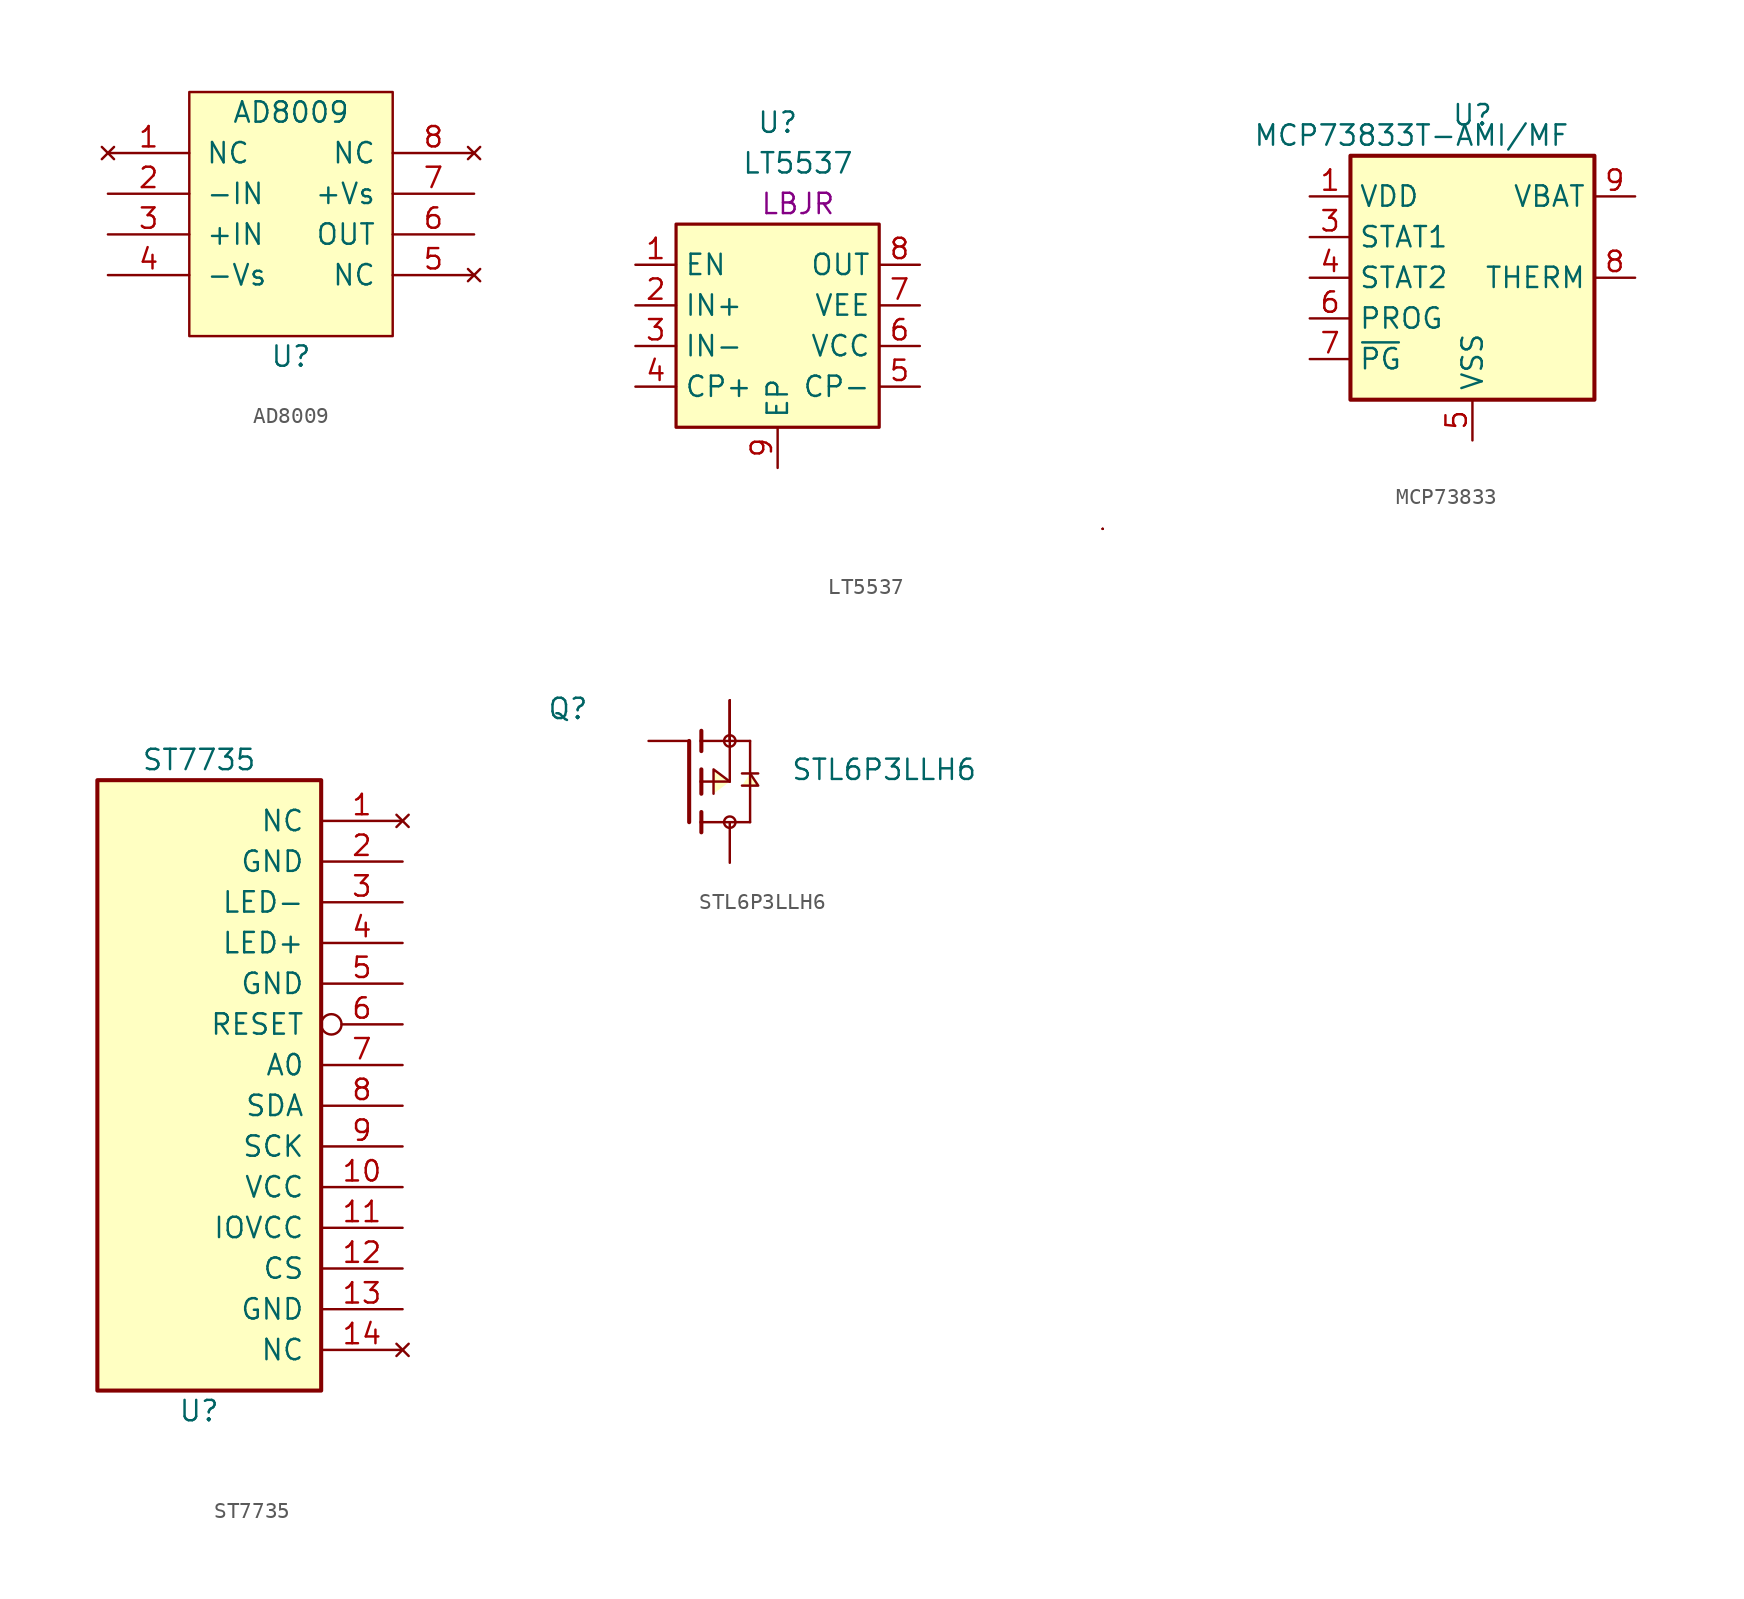
<source format=kicad_sym>
(kicad_symbol_lib
  (version 20220914)
  (generator kicad_symbol_editor)
  (symbol "AD8009"
    (pin_names
      (offset 1.016))
    (property "Reference" "U"
      (at 0 -8.89 0)
      (effects (font (size 1.27 1.27))))
    (property "Value" "AD8009"
      (at 0 6.35 0)
      (effects (font (size 1.27 1.27))))
    (symbol "AD8009_0_1"
      (rectangle (start -6.35 7.62) (end 6.35 -7.62) (stroke (width 0) (type default)) (fill (type background))))
    (symbol "AD8009_1_1"
      (pin no_connect line (at -11.43 3.81 0) (length 5.08) (name "NC" (effects (font (size 1.27 1.27)))) (number "1" (effects (font (size 1.27 1.27)))))
      (pin input line (at -11.43 1.27 0) (length 5.08) (name "-IN" (effects (font (size 1.27 1.27)))) (number "2" (effects (font (size 1.27 1.27)))))
      (pin input line (at -11.43 -1.27 0) (length 5.08) (name "+IN" (effects (font (size 1.27 1.27)))) (number "3" (effects (font (size 1.27 1.27)))))
      (pin passive line (at -11.43 -3.81 0) (length 5.08) (name "-Vs" (effects (font (size 1.27 1.27)))) (number "4" (effects (font (size 1.27 1.27)))))
      (pin no_connect line (at 11.43 -3.81 180) (length 5.08) (name "NC" (effects (font (size 1.27 1.27)))) (number "5" (effects (font (size 1.27 1.27)))))
      (pin output line (at 11.43 -1.27 180) (length 5.08) (name "OUT" (effects (font (size 1.27 1.27)))) (number "6" (effects (font (size 1.27 1.27)))))
      (pin passive line (at 11.43 1.27 180) (length 5.08) (name "+Vs" (effects (font (size 1.27 1.27)))) (number "7" (effects (font (size 1.27 1.27)))))
      (pin no_connect line (at 11.43 3.81 180) (length 5.08) (name "NC" (effects (font (size 1.27 1.27)))) (number "8" (effects (font (size 1.27 1.27)))))))
  (symbol "LT5537"
    (property "Reference" "U"
      (at 0 12.7 0)
      (effects (font (size 1.27 1.27))))
    (property "Value" "LT5537"
      (at 1.27 10.16 0)
      (effects (font (size 1.27 1.27))))
    (property "Marking" "LBJR"
      (at 1.27 7.62 0)
      (effects (font (size 1.27 1.27))))
    (symbol "LT5537_0_1"
      (rectangle (start -6.35 6.35) (end 6.35 -6.35) (stroke (width 0.2) (type default)) (fill (type background)))
      (rectangle (start 20.32 -12.7) (end 20.32 -12.7) (stroke (width 0) (type default)) (fill (type none)))
      (rectangle (start 20.32 -12.7) (end 20.32 -12.7) (stroke (width 0) (type default)) (fill (type none)))
      (rectangle (start 20.32 -12.7) (end 20.32 -12.7) (stroke (width 0) (type default)) (fill (type none))))
    (symbol "LT5537_1_1"
      (pin input line (at -8.89 3.81 0) (length 2.54) (name "EN" (effects (font (size 1.27 1.27)))) (number "1" (effects (font (size 1.27 1.27)))))
      (pin input line (at -8.89 1.27 0) (length 2.54) (name "IN+" (effects (font (size 1.27 1.27)))) (number "2" (effects (font (size 1.27 1.27)))))
      (pin input line (at -8.89 -1.27 0) (length 2.54) (name "IN-" (effects (font (size 1.27 1.27)))) (number "3" (effects (font (size 1.27 1.27)))))
      (pin passive line (at -8.89 -3.81 0) (length 2.54) (name "CP+" (effects (font (size 1.27 1.27)))) (number "4" (effects (font (size 1.27 1.27)))))
      (pin passive line (at 8.89 -3.81 180) (length 2.54) (name "CP-" (effects (font (size 1.27 1.27)))) (number "5" (effects (font (size 1.27 1.27)))))
      (pin power_in line (at 8.89 -1.27 180) (length 2.54) (name "VCC" (effects (font (size 1.27 1.27)))) (number "6" (effects (font (size 1.27 1.27)))))
      (pin power_out line (at 8.89 1.27 180) (length 2.54) (name "VEE" (effects (font (size 1.27 1.27)))) (number "7" (effects (font (size 1.27 1.27)))))
      (pin output line (at 8.89 3.81 180) (length 2.54) (name "OUT" (effects (font (size 1.27 1.27)))) (number "8" (effects (font (size 1.27 1.27)))))
      (pin passive line (at 0 -8.89 90) (length 2.54) (name "EP" (effects (font (size 1.27 1.27)))) (number "9" (effects (font (size 1.27 1.27)))))))
  (symbol "MCP73833"
    (property "Reference" "U"
      (at 0 10.16 0)
      (effects (font (size 1.27 1.27))))
    (property "Value" "MCP73833T-AMI/MF"
      (at -3.81 8.89 0)
      (effects (font (size 1.27 1.27))))
    (symbol "MCP73833_1_1"
      (rectangle (start -7.62 7.62) (end 7.62 -7.62) (stroke (width 0.254) (type default)) (fill (type background)))
      (pin power_in line (at -10.16 5.08 0) (length 2.54) (name "VDD" (effects (font (size 1.27 1.27)))) (number "1" (effects (font (size 1.27 1.27)))))
      (pin passive line (at 10.16 5.08 180) (length 2.54) hide (name "VBAT" (effects (font (size 1.27 1.27)))) (number "10" (effects (font (size 1.27 1.27)))))
      (pin passive line (at 0 -10.16 90) (length 2.54) hide (name "EP" (effects (font (size 1.27 1.27)))) (number "11" (effects (font (size 1.27 1.27)))))
      (pin passive line (at -10.16 5.08 0) (length 2.54) hide (name "VDD" (effects (font (size 1.27 1.27)))) (number "2" (effects (font (size 1.27 1.27)))))
      (pin open_collector line (at -10.16 2.54 0) (length 2.54) (name "STAT1" (effects (font (size 1.27 1.27)))) (number "3" (effects (font (size 1.27 1.27)))))
      (pin open_collector line (at -10.16 0 0) (length 2.54) (name "STAT2" (effects (font (size 1.27 1.27)))) (number "4" (effects (font (size 1.27 1.27)))))
      (pin power_out line (at 0 -10.16 90) (length 2.54) (name "VSS" (effects (font (size 1.27 1.27)))) (number "5" (effects (font (size 1.27 1.27)))))
      (pin input line (at -10.16 -2.54 0) (length 2.54) (name "PROG" (effects (font (size 1.27 1.27)))) (number "6" (effects (font (size 1.27 1.27)))))
      (pin open_collector line (at -10.16 -5.08 0) (length 2.54) (name "~{PG}" (effects (font (size 1.27 1.27)))) (number "7" (effects (font (size 1.27 1.27)))))
      (pin input line (at 10.16 0 180) (length 2.54) (name "THERM" (effects (font (size 1.27 1.27)))) (number "8" (effects (font (size 1.27 1.27)))))
      (pin power_out line (at 10.16 5.08 180) (length 2.54) (name "VBAT" (effects (font (size 1.27 1.27)))) (number "9" (effects (font (size 1.27 1.27)))))))
  (symbol "ST7735"
    (pin_names
      (offset 1.016))
    (property "Reference" "U"
      (at 0 -20.32 0)
      (effects (font (size 1.27 1.27))))
    (property "Value" "ST7735"
      (at 0 20.32 0)
      (effects (font (size 1.27 1.27))))
    (symbol "ST7735_0_1"
      (rectangle (start -6.35 19.05) (end 7.62 -19.05) (stroke (width 0.254) (type default)) (fill (type background))))
    (symbol "ST7735_1_1"
      (pin no_connect line (at 12.7 16.51 180) (length 5.08) (name "NC" (effects (font (size 1.27 1.27)))) (number "1" (effects (font (size 1.27 1.27)))))
      (pin passive line (at 12.7 -6.35 180) (length 5.08) (name "VCC" (effects (font (size 1.27 1.27)))) (number "10" (effects (font (size 1.27 1.27)))))
      (pin passive line (at 12.7 -8.89 180) (length 5.08) (name "IOVCC" (effects (font (size 1.27 1.27)))) (number "11" (effects (font (size 1.27 1.27)))))
      (pin passive line (at 12.7 -11.43 180) (length 5.08) (name "CS" (effects (font (size 1.27 1.27)))) (number "12" (effects (font (size 1.27 1.27)))))
      (pin passive line (at 12.7 -13.97 180) (length 5.08) (name "GND" (effects (font (size 1.27 1.27)))) (number "13" (effects (font (size 1.27 1.27)))))
      (pin no_connect line (at 12.7 -16.51 180) (length 5.08) (name "NC" (effects (font (size 1.27 1.27)))) (number "14" (effects (font (size 1.27 1.27)))))
      (pin passive line (at 12.7 13.97 180) (length 5.08) (name "GND" (effects (font (size 1.27 1.27)))) (number "2" (effects (font (size 1.27 1.27)))))
      (pin passive line (at 12.7 11.43 180) (length 5.08) (name "LED-" (effects (font (size 1.27 1.27)))) (number "3" (effects (font (size 1.27 1.27)))))
      (pin passive line (at 12.7 8.89 180) (length 5.08) (name "LED+" (effects (font (size 1.27 1.27)))) (number "4" (effects (font (size 1.27 1.27)))))
      (pin passive line (at 12.7 6.35 180) (length 5.08) (name "GND" (effects (font (size 1.27 1.27)))) (number "5" (effects (font (size 1.27 1.27)))))
      (pin passive inverted (at 12.7 3.81 180) (length 5.08) (name "RESET" (effects (font (size 1.27 1.27)))) (number "6" (effects (font (size 1.27 1.27)))))
      (pin passive line (at 12.7 1.27 180) (length 5.08) (name "A0" (effects (font (size 1.27 1.27)))) (number "7" (effects (font (size 1.27 1.27)))))
      (pin passive line (at 12.7 -1.27 180) (length 5.08) (name "SDA" (effects (font (size 1.27 1.27)))) (number "8" (effects (font (size 1.27 1.27)))))
      (pin passive line (at 12.7 -3.81 180) (length 5.08) (name "SCK" (effects (font (size 1.27 1.27)))) (number "9" (effects (font (size 1.27 1.27)))))))
  (symbol "STL6P3LLH6"
    (pin_numbers hide)
    (pin_names
      (offset 1.016) hide)
    (property "Reference" "Q"
      (at -8.89 3.81 0)
      (effects (font (size 1.27 1.27)) (justify left bottom)))
    (property "Value" "STL6P3LLH6"
      (at 6.35 0 0)
      (effects (font (size 1.27 1.27)) (justify left bottom)))
    (property "ki_locked" ""
      (at 0 0 0)
      (effects (font (size 1.27 1.27))))
    (symbol "STL6P3LLH6_0_0"
      (polyline (pts (xy 0 -2.54) (xy 0 2.54)) (stroke (width 0.254) (type default)) (fill (type none)))
      (polyline (pts (xy 0.762 -3.175) (xy 0.762 -2.54)) (stroke (width 0.254) (type default)) (fill (type none)))
      (polyline (pts (xy 0.762 -2.54) (xy 0.762 -1.905)) (stroke (width 0.254) (type default)) (fill (type none)))
      (polyline (pts (xy 0.762 -2.54) (xy 3.81 -2.54)) (stroke (width 0.152) (type default)) (fill (type none)))
      (polyline (pts (xy 0.762 -0.762) (xy 0.762 0)) (stroke (width 0.254) (type default)) (fill (type none)))
      (polyline (pts (xy 0.762 0) (xy 0.762 0.762)) (stroke (width 0.254) (type default)) (fill (type none)))
      (polyline (pts (xy 0.762 0) (xy 2.54 0)) (stroke (width 0.152) (type default)) (fill (type none)))
      (polyline (pts (xy 0.762 1.905) (xy 0.762 2.54)) (stroke (width 0.254) (type default)) (fill (type none)))
      (polyline (pts (xy 0.762 2.54) (xy 0.762 3.175)) (stroke (width 0.254) (type default)) (fill (type none)))
      (polyline (pts (xy 2.54 0) (xy 2.54 2.54)) (stroke (width 0.152) (type default)) (fill (type none)))
      (polyline (pts (xy 2.54 2.54) (xy 0.762 2.54)) (stroke (width 0.152) (type default)) (fill (type none)))
      (polyline (pts (xy 2.54 2.54) (xy 3.81 2.54)) (stroke (width 0.152) (type default)) (fill (type none)))
      (polyline (pts (xy 3.302 0.508) (xy 3.81 0.508)) (stroke (width 0.152) (type default)) (fill (type none)))
      (polyline (pts (xy 3.81 -2.54) (xy 3.81 0.508)) (stroke (width 0.152) (type default)) (fill (type none)))
      (polyline (pts (xy 3.81 0.508) (xy 3.81 2.54)) (stroke (width 0.152) (type default)) (fill (type none)))
      (polyline (pts (xy 3.81 0.508) (xy 4.318 0.508)) (stroke (width 0.152) (type default)) (fill (type none)))
      (polyline (pts (xy 2.54 0) (xy 1.524 0.762) (xy 1.524 -0.762)) (stroke (width 0.152) (type default)) (fill (type background)))
      (polyline (pts (xy 3.81 0.508) (xy 4.318 -0.254) (xy 3.302 -0.254)) (stroke (width 0.152) (type default)) (fill (type background)))
      (circle (center 2.54 -2.54) (radius 0.356) (stroke (width 0) (type default)) (fill (type none)))
      (circle (center 2.54 2.54) (radius 0.356) (stroke (width 0) (type default)) (fill (type none)))
      (pin passive line (at 2.54 5.08 270) (length 2.54) (name "~" (effects (font (size 1.016 1.016)))) (number "1" (effects (font (size 1.016 1.016)))))
      (pin passive line (at 2.54 5.08 270) (length 2.54) (name "~" (effects (font (size 1.016 1.016)))) (number "2" (effects (font (size 1.016 1.016)))))
      (pin passive line (at 2.54 5.08 270) (length 2.54) (name "~" (effects (font (size 1.016 1.016)))) (number "3" (effects (font (size 1.016 1.016)))))
      (pin passive line (at -2.54 2.54 0) (length 2.54) (name "~" (effects (font (size 1.016 1.016)))) (number "4" (effects (font (size 1.016 1.016)))))
      (pin passive line (at 2.54 -5.08 90) (length 2.54) (name "~" (effects (font (size 1.016 1.016)))) (number "5_8" (effects (font (size 1.016 1.016))))))))
</source>
